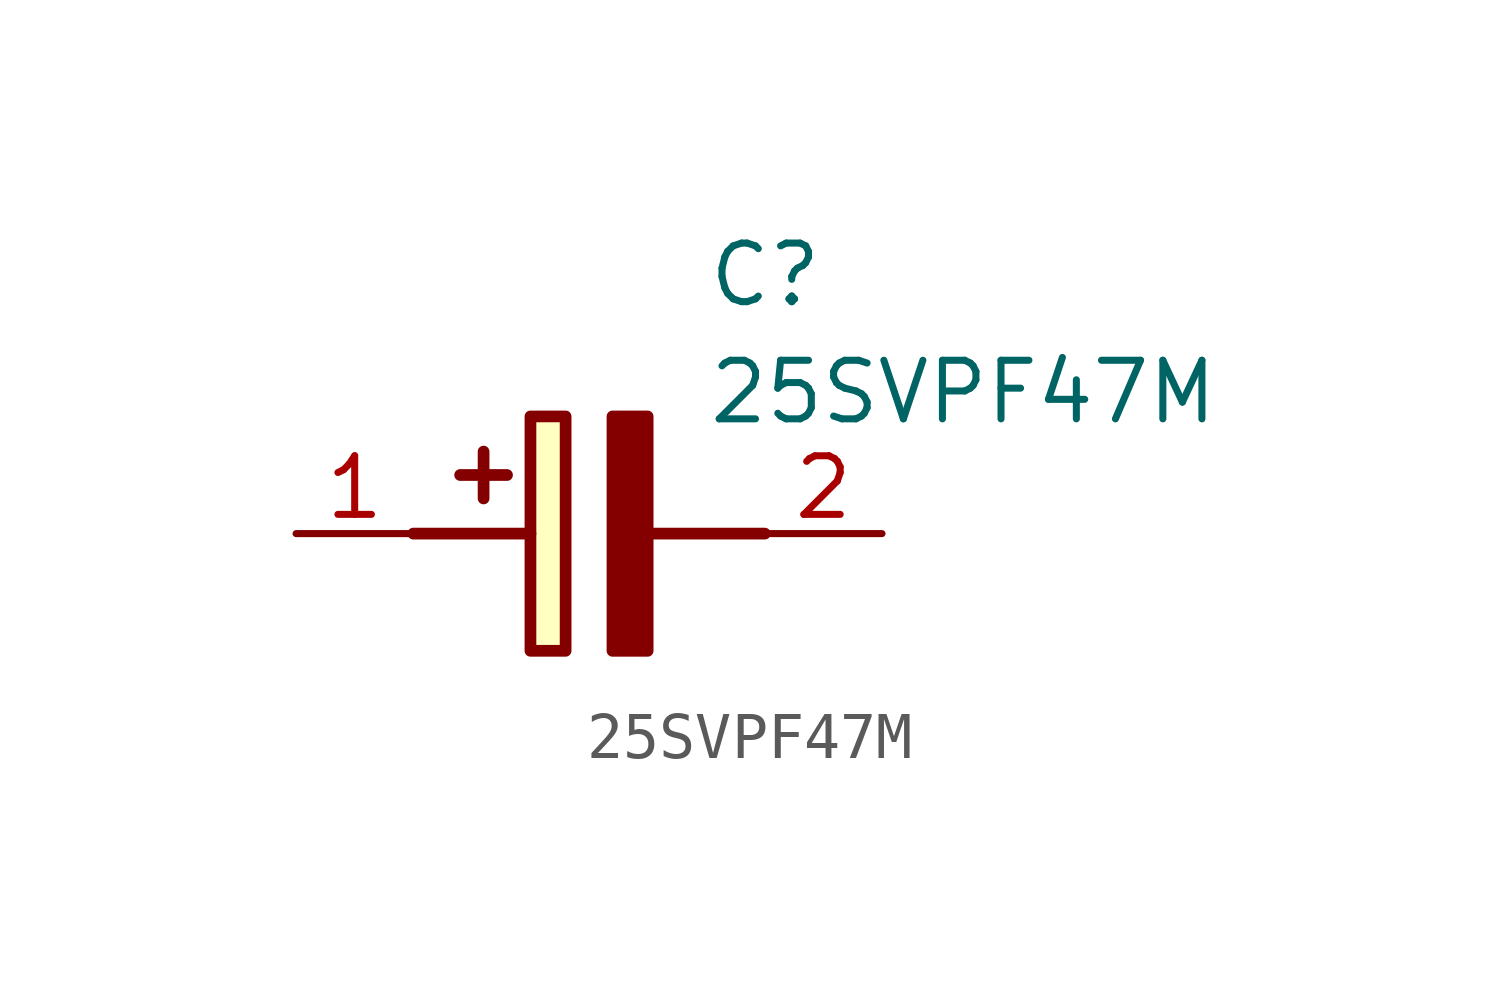
<source format=kicad_sym>
(kicad_symbol_lib
  (version 20211014)
  (generator SamacSys_ECAD_Model)
  (symbol "25SVPF47M"
    (pin_names hide)
    (property "Reference" "C"
      (at 8.89 6.35 0)
      (effects (font (size 1.27 1.27)) (justify left top)))
    (property "Value" "25SVPF47M"
      (at 8.89 3.81 0)
      (effects (font (size 1.27 1.27)) (justify left top)))
    (rectangle
      (start 5.08 2.54)
      (end 5.842 -2.54)
      (stroke (width 0.254) (type default))
      (fill (type background)))
    (polyline
      (pts (xy 4.572 1.27) (xy 3.556 1.27))
      (stroke (width 0.254) (type default))
      (fill (type none)))
    (polyline
      (pts (xy 4.064 1.778) (xy 4.064 0.762))
      (stroke (width 0.254) (type default))
      (fill (type none)))
    (polyline
      (pts (xy 2.54 0) (xy 5.08 0))
      (stroke (width 0.254) (type default))
      (fill (type none)))
    (polyline
      (pts (xy 7.62 0) (xy 10.16 0))
      (stroke (width 0.254) (type default))
      (fill (type none)))
    (polyline
      (pts (xy 7.62 2.54) (xy 7.62 -2.54) (xy 6.858 -2.54) (xy 6.858 2.54) (xy 7.62 2.54))
      (stroke (width 0.254) (type default))
      (fill (type outline)))
    (pin passive line
      (at 0 0 0)
      (length 2.54)
      (name "+" (effects (font (size 1.27 1.27))))
      (number "1" (effects (font (size 1.27 1.27)))))
    (pin passive line
      (at 12.7 0 180)
      (length 2.54)
      (name "-" (effects (font (size 1.27 1.27))))
      (number "2" (effects (font (size 1.27 1.27)))))))
</source>
